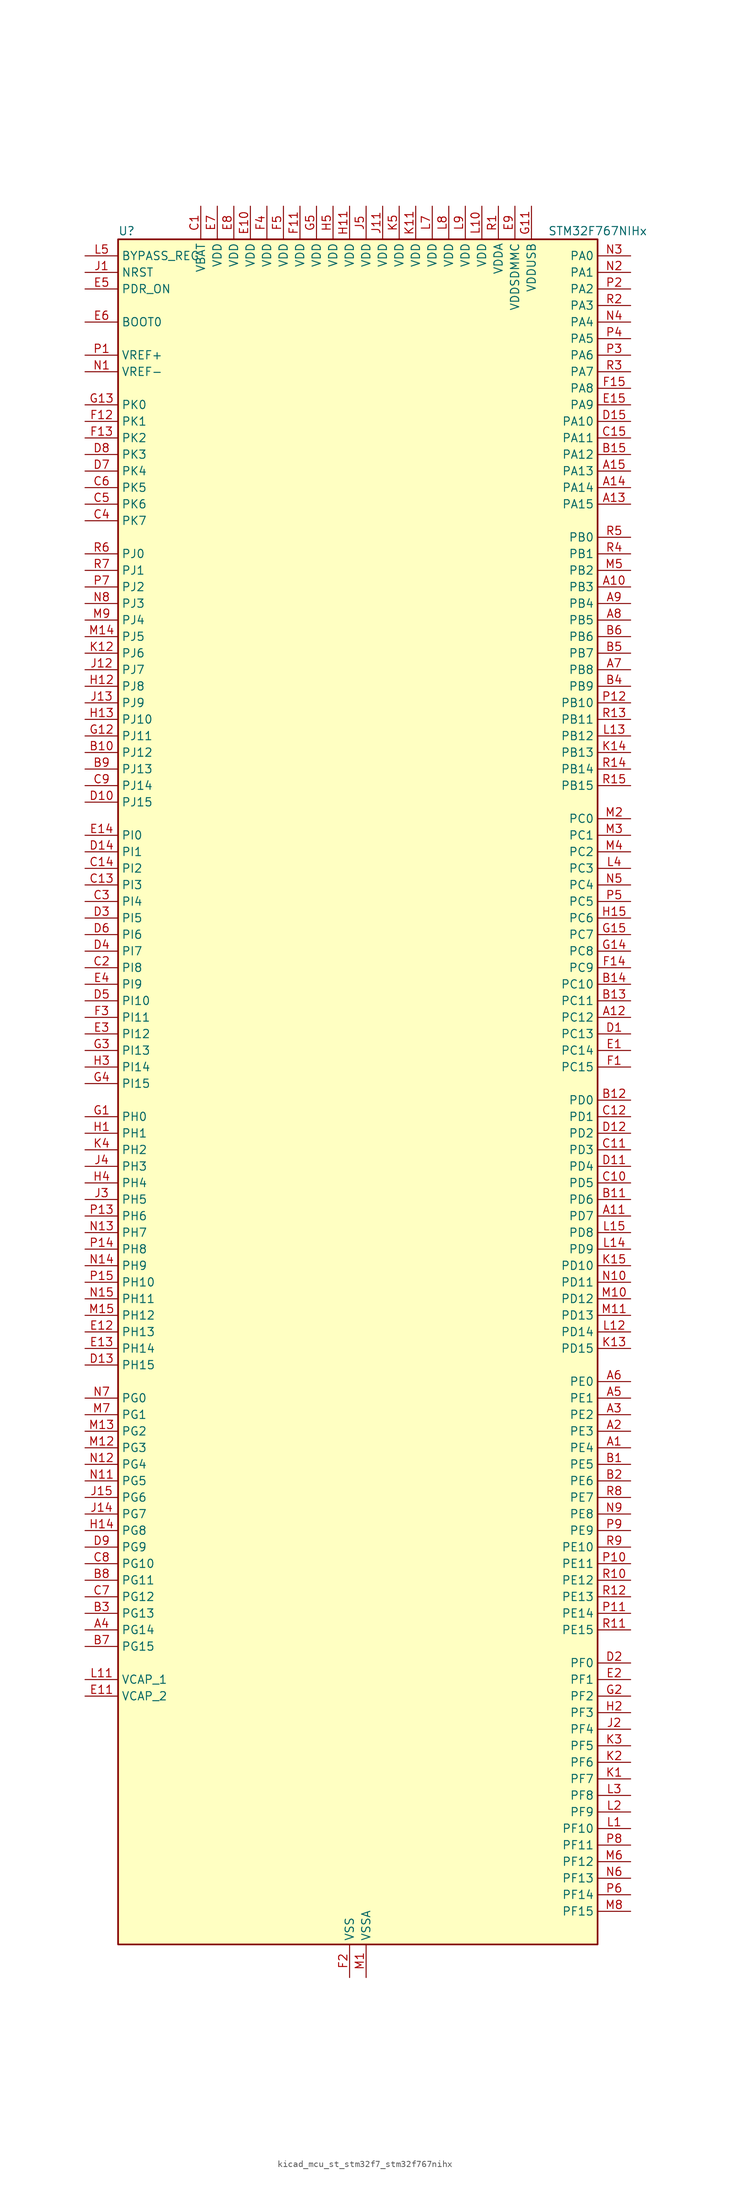
<source format=kicad_sym>
(kicad_symbol_lib
  (version 20220914)
  (generator kicad_symbol_editor)
  (symbol "kicad_mcu_st_stm32f7_stm32f767nihx"
    (property "Reference" "U"
      (at -35.56 133.35 0)
      (effects (font (size 1.27 1.27)) (justify left)))
    (property "Value" "STM32F767NIHx"
      (at 30.48 133.35 0)
      (effects (font (size 1.27 1.27)) (justify left)))
    (property "ki_locked" ""
      (at 0 0 0)
      (effects (font (size 1.27 1.27))))
    (symbol "kicad_mcu_st_stm32f7_stm32f767nihx_0_1"
      (rectangle (start -35.56 -129.54) (end 38.1 132.08) (stroke (width 0.254) (type default)) (fill (type background))))
    (symbol "kicad_mcu_st_stm32f7_stm32f767nihx_1_1"
      (pin bidirectional line (at 43.18 -53.34 180) (length 5.08) (name "PE4" (effects (font (size 1.27 1.27)))) (number "A1" (effects (font (size 1.27 1.27)))) (alternate "DCMI_D4" bidirectional line) (alternate "DFSDM1_DATIN3" bidirectional line) (alternate "FMC_A20" bidirectional line) (alternate "LTDC_B0" bidirectional line) (alternate "SAI1_FS_A" bidirectional line) (alternate "SPI4_NSS" bidirectional line) (alternate "SYS_TRACED1" bidirectional line))
      (pin bidirectional line (at 43.18 78.74 180) (length 5.08) (name "PB3" (effects (font (size 1.27 1.27)))) (number "A10" (effects (font (size 1.27 1.27)))) (alternate "CAN3_RX" bidirectional line) (alternate "I2S1_CK" bidirectional line) (alternate "I2S3_CK" bidirectional line) (alternate "SDMMC2_D2" bidirectional line) (alternate "SPI1_SCK" bidirectional line) (alternate "SPI3_SCK" bidirectional line) (alternate "SPI6_SCK" bidirectional line) (alternate "SYS_JTDO-SWO" bidirectional line) (alternate "TIM2_CH2" bidirectional line) (alternate "UART7_RX" bidirectional line))
      (pin bidirectional line (at 43.18 -17.78 180) (length 5.08) (name "PD7" (effects (font (size 1.27 1.27)))) (number "A11" (effects (font (size 1.27 1.27)))) (alternate "DFSDM1_CKIN1" bidirectional line) (alternate "DFSDM1_DATIN4" bidirectional line) (alternate "FMC_NE1" bidirectional line) (alternate "I2S1_SD" bidirectional line) (alternate "SDMMC2_CMD" bidirectional line) (alternate "SPDIFRX_IN0" bidirectional line) (alternate "SPI1_MOSI" bidirectional line) (alternate "USART2_CK" bidirectional line))
      (pin bidirectional line (at 43.18 12.7 180) (length 5.08) (name "PC12" (effects (font (size 1.27 1.27)))) (number "A12" (effects (font (size 1.27 1.27)))) (alternate "DCMI_D9" bidirectional line) (alternate "I2S3_SD" bidirectional line) (alternate "SDMMC1_CK" bidirectional line) (alternate "SPI3_MOSI" bidirectional line) (alternate "SYS_TRACED3" bidirectional line) (alternate "UART5_TX" bidirectional line) (alternate "USART3_CK" bidirectional line))
      (pin bidirectional line (at 43.18 91.44 180) (length 5.08) (name "PA15" (effects (font (size 1.27 1.27)))) (number "A13" (effects (font (size 1.27 1.27)))) (alternate "CAN3_TX" bidirectional line) (alternate "CEC" bidirectional line) (alternate "I2S1_WS" bidirectional line) (alternate "I2S3_WS" bidirectional line) (alternate "SPI1_NSS" bidirectional line) (alternate "SPI3_NSS" bidirectional line) (alternate "SPI6_NSS" bidirectional line) (alternate "SYS_JTDI" bidirectional line) (alternate "TIM2_CH1" bidirectional line) (alternate "TIM2_ETR" bidirectional line) (alternate "UART4_DE" bidirectional line) (alternate "UART4_RTS" bidirectional line) (alternate "UART7_TX" bidirectional line))
      (pin bidirectional line (at 43.18 93.98 180) (length 5.08) (name "PA14" (effects (font (size 1.27 1.27)))) (number "A14" (effects (font (size 1.27 1.27)))) (alternate "SYS_JTCK-SWCLK" bidirectional line))
      (pin bidirectional line (at 43.18 96.52 180) (length 5.08) (name "PA13" (effects (font (size 1.27 1.27)))) (number "A15" (effects (font (size 1.27 1.27)))) (alternate "SYS_JTMS-SWDIO" bidirectional line))
      (pin bidirectional line (at 43.18 -50.8 180) (length 5.08) (name "PE3" (effects (font (size 1.27 1.27)))) (number "A2" (effects (font (size 1.27 1.27)))) (alternate "FMC_A19" bidirectional line) (alternate "SAI1_SD_B" bidirectional line) (alternate "SYS_TRACED0" bidirectional line))
      (pin bidirectional line (at 43.18 -48.26 180) (length 5.08) (name "PE2" (effects (font (size 1.27 1.27)))) (number "A3" (effects (font (size 1.27 1.27)))) (alternate "ETH_TXD3" bidirectional line) (alternate "FMC_A23" bidirectional line) (alternate "QUADSPI_BK1_IO2" bidirectional line) (alternate "SAI1_MCLK_A" bidirectional line) (alternate "SPI4_SCK" bidirectional line) (alternate "SYS_TRACECLK" bidirectional line))
      (pin bidirectional line (at -40.64 -81.28 0) (length 5.08) (name "PG14" (effects (font (size 1.27 1.27)))) (number "A4" (effects (font (size 1.27 1.27)))) (alternate "ETH_TXD1" bidirectional line) (alternate "FMC_A25" bidirectional line) (alternate "LPTIM1_ETR" bidirectional line) (alternate "LTDC_B0" bidirectional line) (alternate "QUADSPI_BK2_IO3" bidirectional line) (alternate "SPI6_MOSI" bidirectional line) (alternate "SYS_TRACED1" bidirectional line) (alternate "USART6_TX" bidirectional line))
      (pin bidirectional line (at 43.18 -45.72 180) (length 5.08) (name "PE1" (effects (font (size 1.27 1.27)))) (number "A5" (effects (font (size 1.27 1.27)))) (alternate "DCMI_D3" bidirectional line) (alternate "FMC_NBL1" bidirectional line) (alternate "LPTIM1_IN2" bidirectional line) (alternate "UART8_TX" bidirectional line))
      (pin bidirectional line (at 43.18 -43.18 180) (length 5.08) (name "PE0" (effects (font (size 1.27 1.27)))) (number "A6" (effects (font (size 1.27 1.27)))) (alternate "DCMI_D2" bidirectional line) (alternate "FMC_NBL0" bidirectional line) (alternate "LPTIM1_ETR" bidirectional line) (alternate "SAI2_MCLK_A" bidirectional line) (alternate "TIM4_ETR" bidirectional line) (alternate "UART8_RX" bidirectional line))
      (pin bidirectional line (at 43.18 66.04 180) (length 5.08) (name "PB8" (effects (font (size 1.27 1.27)))) (number "A7" (effects (font (size 1.27 1.27)))) (alternate "CAN1_RX" bidirectional line) (alternate "DCMI_D6" bidirectional line) (alternate "DFSDM1_CKIN7" bidirectional line) (alternate "ETH_TXD3" bidirectional line) (alternate "I2C1_SCL" bidirectional line) (alternate "I2C4_SCL" bidirectional line) (alternate "LTDC_B6" bidirectional line) (alternate "SDMMC1_D4" bidirectional line) (alternate "SDMMC2_D4" bidirectional line) (alternate "TIM10_CH1" bidirectional line) (alternate "TIM4_CH3" bidirectional line) (alternate "UART5_RX" bidirectional line))
      (pin bidirectional line (at 43.18 73.66 180) (length 5.08) (name "PB5" (effects (font (size 1.27 1.27)))) (number "A8" (effects (font (size 1.27 1.27)))) (alternate "CAN2_RX" bidirectional line) (alternate "DCMI_D10" bidirectional line) (alternate "ETH_PPS_OUT" bidirectional line) (alternate "FMC_SDCKE1" bidirectional line) (alternate "I2C1_SMBA" bidirectional line) (alternate "I2S1_SD" bidirectional line) (alternate "I2S3_SD" bidirectional line) (alternate "LTDC_G7" bidirectional line) (alternate "SPI1_MOSI" bidirectional line) (alternate "SPI3_MOSI" bidirectional line) (alternate "SPI6_MOSI" bidirectional line) (alternate "TIM3_CH2" bidirectional line) (alternate "UART5_RX" bidirectional line) (alternate "USB_OTG_HS_ULPI_D7" bidirectional line))
      (pin bidirectional line (at 43.18 76.2 180) (length 5.08) (name "PB4" (effects (font (size 1.27 1.27)))) (number "A9" (effects (font (size 1.27 1.27)))) (alternate "CAN3_TX" bidirectional line) (alternate "I2S2_WS" bidirectional line) (alternate "SDMMC2_D3" bidirectional line) (alternate "SPI1_MISO" bidirectional line) (alternate "SPI2_NSS" bidirectional line) (alternate "SPI3_MISO" bidirectional line) (alternate "SPI6_MISO" bidirectional line) (alternate "SYS_JTRST" bidirectional line) (alternate "TIM3_CH1" bidirectional line) (alternate "UART7_TX" bidirectional line))
      (pin bidirectional line (at 43.18 -55.88 180) (length 5.08) (name "PE5" (effects (font (size 1.27 1.27)))) (number "B1" (effects (font (size 1.27 1.27)))) (alternate "DCMI_D6" bidirectional line) (alternate "DFSDM1_CKIN3" bidirectional line) (alternate "FMC_A21" bidirectional line) (alternate "LTDC_G0" bidirectional line) (alternate "SAI1_SCK_A" bidirectional line) (alternate "SPI4_MISO" bidirectional line) (alternate "SYS_TRACED2" bidirectional line) (alternate "TIM9_CH1" bidirectional line))
      (pin bidirectional line (at -40.64 53.34 0) (length 5.08) (name "PJ12" (effects (font (size 1.27 1.27)))) (number "B10" (effects (font (size 1.27 1.27)))) (alternate "LTDC_B0" bidirectional line) (alternate "LTDC_G3" bidirectional line))
      (pin bidirectional line (at 43.18 -15.24 180) (length 5.08) (name "PD6" (effects (font (size 1.27 1.27)))) (number "B11" (effects (font (size 1.27 1.27)))) (alternate "DCMI_D10" bidirectional line) (alternate "DFSDM1_CKIN4" bidirectional line) (alternate "DFSDM1_DATIN1" bidirectional line) (alternate "FMC_NWAIT" bidirectional line) (alternate "I2S3_SD" bidirectional line) (alternate "LTDC_B2" bidirectional line) (alternate "SAI1_SD_A" bidirectional line) (alternate "SDMMC2_CK" bidirectional line) (alternate "SPI3_MOSI" bidirectional line) (alternate "USART2_RX" bidirectional line))
      (pin bidirectional line (at 43.18 0 180) (length 5.08) (name "PD0" (effects (font (size 1.27 1.27)))) (number "B12" (effects (font (size 1.27 1.27)))) (alternate "CAN1_RX" bidirectional line) (alternate "DFSDM1_CKIN6" bidirectional line) (alternate "DFSDM1_DATIN7" bidirectional line) (alternate "FMC_D2" bidirectional line) (alternate "FMC_DA2" bidirectional line) (alternate "UART4_RX" bidirectional line))
      (pin bidirectional line (at 43.18 15.24 180) (length 5.08) (name "PC11" (effects (font (size 1.27 1.27)))) (number "B13" (effects (font (size 1.27 1.27)))) (alternate "ADC1_EXTI11" bidirectional line) (alternate "ADC2_EXTI11" bidirectional line) (alternate "ADC3_EXTI11" bidirectional line) (alternate "DCMI_D4" bidirectional line) (alternate "DFSDM1_DATIN5" bidirectional line) (alternate "QUADSPI_BK2_NCS" bidirectional line) (alternate "SDMMC1_D3" bidirectional line) (alternate "SPI3_MISO" bidirectional line) (alternate "UART4_RX" bidirectional line) (alternate "USART3_RX" bidirectional line))
      (pin bidirectional line (at 43.18 17.78 180) (length 5.08) (name "PC10" (effects (font (size 1.27 1.27)))) (number "B14" (effects (font (size 1.27 1.27)))) (alternate "DCMI_D8" bidirectional line) (alternate "DFSDM1_CKIN5" bidirectional line) (alternate "I2S3_CK" bidirectional line) (alternate "LTDC_R2" bidirectional line) (alternate "QUADSPI_BK1_IO1" bidirectional line) (alternate "SDMMC1_D2" bidirectional line) (alternate "SPI3_SCK" bidirectional line) (alternate "UART4_TX" bidirectional line) (alternate "USART3_TX" bidirectional line))
      (pin bidirectional line (at 43.18 99.06 180) (length 5.08) (name "PA12" (effects (font (size 1.27 1.27)))) (number "B15" (effects (font (size 1.27 1.27)))) (alternate "CAN1_TX" bidirectional line) (alternate "I2S2_CK" bidirectional line) (alternate "LTDC_R5" bidirectional line) (alternate "SAI2_FS_B" bidirectional line) (alternate "SPI2_SCK" bidirectional line) (alternate "TIM1_ETR" bidirectional line) (alternate "UART4_TX" bidirectional line) (alternate "USART1_DE" bidirectional line) (alternate "USART1_RTS" bidirectional line) (alternate "USB_OTG_FS_DP" bidirectional line))
      (pin bidirectional line (at 43.18 -58.42 180) (length 5.08) (name "PE6" (effects (font (size 1.27 1.27)))) (number "B2" (effects (font (size 1.27 1.27)))) (alternate "DCMI_D7" bidirectional line) (alternate "FMC_A22" bidirectional line) (alternate "LTDC_G1" bidirectional line) (alternate "SAI1_SD_A" bidirectional line) (alternate "SAI2_MCLK_B" bidirectional line) (alternate "SPI4_MOSI" bidirectional line) (alternate "SYS_TRACED3" bidirectional line) (alternate "TIM1_BKIN2" bidirectional line) (alternate "TIM9_CH2" bidirectional line))
      (pin bidirectional line (at -40.64 -78.74 0) (length 5.08) (name "PG13" (effects (font (size 1.27 1.27)))) (number "B3" (effects (font (size 1.27 1.27)))) (alternate "ETH_TXD0" bidirectional line) (alternate "FMC_A24" bidirectional line) (alternate "LPTIM1_OUT" bidirectional line) (alternate "LTDC_R0" bidirectional line) (alternate "SPI6_SCK" bidirectional line) (alternate "SYS_TRACED0" bidirectional line) (alternate "USART6_CTS" bidirectional line))
      (pin bidirectional line (at 43.18 63.5 180) (length 5.08) (name "PB9" (effects (font (size 1.27 1.27)))) (number "B4" (effects (font (size 1.27 1.27)))) (alternate "CAN1_TX" bidirectional line) (alternate "DAC_EXTI9" bidirectional line) (alternate "DCMI_D7" bidirectional line) (alternate "DFSDM1_DATIN7" bidirectional line) (alternate "I2C1_SDA" bidirectional line) (alternate "I2C4_SDA" bidirectional line) (alternate "I2C4_SMBA" bidirectional line) (alternate "I2S2_WS" bidirectional line) (alternate "LTDC_B7" bidirectional line) (alternate "SDMMC1_D5" bidirectional line) (alternate "SDMMC2_D5" bidirectional line) (alternate "SPI2_NSS" bidirectional line) (alternate "TIM11_CH1" bidirectional line) (alternate "TIM4_CH4" bidirectional line) (alternate "UART5_TX" bidirectional line))
      (pin bidirectional line (at 43.18 68.58 180) (length 5.08) (name "PB7" (effects (font (size 1.27 1.27)))) (number "B5" (effects (font (size 1.27 1.27)))) (alternate "DCMI_VSYNC" bidirectional line) (alternate "DFSDM1_CKIN5" bidirectional line) (alternate "FMC_NL" bidirectional line) (alternate "I2C1_SDA" bidirectional line) (alternate "I2C4_SDA" bidirectional line) (alternate "TIM4_CH2" bidirectional line) (alternate "USART1_RX" bidirectional line))
      (pin bidirectional line (at 43.18 71.12 180) (length 5.08) (name "PB6" (effects (font (size 1.27 1.27)))) (number "B6" (effects (font (size 1.27 1.27)))) (alternate "CAN2_TX" bidirectional line) (alternate "CEC" bidirectional line) (alternate "DCMI_D5" bidirectional line) (alternate "DFSDM1_DATIN5" bidirectional line) (alternate "FMC_SDNE1" bidirectional line) (alternate "I2C1_SCL" bidirectional line) (alternate "I2C4_SCL" bidirectional line) (alternate "QUADSPI_BK1_NCS" bidirectional line) (alternate "TIM4_CH1" bidirectional line) (alternate "UART5_TX" bidirectional line) (alternate "USART1_TX" bidirectional line))
      (pin bidirectional line (at -40.64 -83.82 0) (length 5.08) (name "PG15" (effects (font (size 1.27 1.27)))) (number "B7" (effects (font (size 1.27 1.27)))) (alternate "DCMI_D13" bidirectional line) (alternate "FMC_SDNCAS" bidirectional line) (alternate "USART6_CTS" bidirectional line))
      (pin bidirectional line (at -40.64 -73.66 0) (length 5.08) (name "PG11" (effects (font (size 1.27 1.27)))) (number "B8" (effects (font (size 1.27 1.27)))) (alternate "ADC1_EXTI11" bidirectional line) (alternate "ADC2_EXTI11" bidirectional line) (alternate "ADC3_EXTI11" bidirectional line) (alternate "DCMI_D3" bidirectional line) (alternate "ETH_TX_EN" bidirectional line) (alternate "I2S1_CK" bidirectional line) (alternate "LTDC_B3" bidirectional line) (alternate "SDMMC2_D2" bidirectional line) (alternate "SPDIFRX_IN0" bidirectional line) (alternate "SPI1_SCK" bidirectional line))
      (pin bidirectional line (at -40.64 50.8 0) (length 5.08) (name "PJ13" (effects (font (size 1.27 1.27)))) (number "B9" (effects (font (size 1.27 1.27)))) (alternate "LTDC_B1" bidirectional line) (alternate "LTDC_G4" bidirectional line))
      (pin power_in line (at -22.86 137.16 270) (length 5.08) (name "VBAT" (effects (font (size 1.27 1.27)))) (number "C1" (effects (font (size 1.27 1.27)))))
      (pin bidirectional line (at 43.18 -12.7 180) (length 5.08) (name "PD5" (effects (font (size 1.27 1.27)))) (number "C10" (effects (font (size 1.27 1.27)))) (alternate "FMC_NWE" bidirectional line) (alternate "USART2_TX" bidirectional line))
      (pin bidirectional line (at 43.18 -7.62 180) (length 5.08) (name "PD3" (effects (font (size 1.27 1.27)))) (number "C11" (effects (font (size 1.27 1.27)))) (alternate "DCMI_D5" bidirectional line) (alternate "DFSDM1_CKOUT" bidirectional line) (alternate "DFSDM1_DATIN0" bidirectional line) (alternate "FMC_CLK" bidirectional line) (alternate "I2S2_CK" bidirectional line) (alternate "LTDC_G7" bidirectional line) (alternate "SPI2_SCK" bidirectional line) (alternate "USART2_CTS" bidirectional line))
      (pin bidirectional line (at 43.18 -2.54 180) (length 5.08) (name "PD1" (effects (font (size 1.27 1.27)))) (number "C12" (effects (font (size 1.27 1.27)))) (alternate "CAN1_TX" bidirectional line) (alternate "DFSDM1_CKIN7" bidirectional line) (alternate "DFSDM1_DATIN6" bidirectional line) (alternate "FMC_D3" bidirectional line) (alternate "FMC_DA3" bidirectional line) (alternate "UART4_TX" bidirectional line))
      (pin bidirectional line (at -40.64 33.02 0) (length 5.08) (name "PI3" (effects (font (size 1.27 1.27)))) (number "C13" (effects (font (size 1.27 1.27)))) (alternate "DCMI_D10" bidirectional line) (alternate "FMC_D27" bidirectional line) (alternate "I2S2_SD" bidirectional line) (alternate "SPI2_MOSI" bidirectional line) (alternate "TIM8_ETR" bidirectional line))
      (pin bidirectional line (at -40.64 35.56 0) (length 5.08) (name "PI2" (effects (font (size 1.27 1.27)))) (number "C14" (effects (font (size 1.27 1.27)))) (alternate "DCMI_D9" bidirectional line) (alternate "FMC_D26" bidirectional line) (alternate "LTDC_G7" bidirectional line) (alternate "SPI2_MISO" bidirectional line) (alternate "TIM8_CH4" bidirectional line))
      (pin bidirectional line (at 43.18 101.6 180) (length 5.08) (name "PA11" (effects (font (size 1.27 1.27)))) (number "C15" (effects (font (size 1.27 1.27)))) (alternate "ADC1_EXTI11" bidirectional line) (alternate "ADC2_EXTI11" bidirectional line) (alternate "ADC3_EXTI11" bidirectional line) (alternate "CAN1_RX" bidirectional line) (alternate "I2S2_WS" bidirectional line) (alternate "LTDC_R4" bidirectional line) (alternate "SPI2_NSS" bidirectional line) (alternate "TIM1_CH4" bidirectional line) (alternate "UART4_RX" bidirectional line) (alternate "USART1_CTS" bidirectional line) (alternate "USB_OTG_FS_DM" bidirectional line))
      (pin bidirectional line (at -40.64 20.32 0) (length 5.08) (name "PI8" (effects (font (size 1.27 1.27)))) (number "C2" (effects (font (size 1.27 1.27)))) (alternate "RTC_TAMP2" bidirectional line) (alternate "RTC_TS" bidirectional line) (alternate "SYS_WKUP5" bidirectional line))
      (pin bidirectional line (at -40.64 30.48 0) (length 5.08) (name "PI4" (effects (font (size 1.27 1.27)))) (number "C3" (effects (font (size 1.27 1.27)))) (alternate "DCMI_D5" bidirectional line) (alternate "FMC_NBL2" bidirectional line) (alternate "LTDC_B4" bidirectional line) (alternate "SAI2_MCLK_A" bidirectional line) (alternate "TIM8_BKIN" bidirectional line))
      (pin bidirectional line (at -40.64 88.9 0) (length 5.08) (name "PK7" (effects (font (size 1.27 1.27)))) (number "C4" (effects (font (size 1.27 1.27)))) (alternate "LTDC_DE" bidirectional line))
      (pin bidirectional line (at -40.64 91.44 0) (length 5.08) (name "PK6" (effects (font (size 1.27 1.27)))) (number "C5" (effects (font (size 1.27 1.27)))) (alternate "LTDC_B7" bidirectional line))
      (pin bidirectional line (at -40.64 93.98 0) (length 5.08) (name "PK5" (effects (font (size 1.27 1.27)))) (number "C6" (effects (font (size 1.27 1.27)))) (alternate "LTDC_B6" bidirectional line))
      (pin bidirectional line (at -40.64 -76.2 0) (length 5.08) (name "PG12" (effects (font (size 1.27 1.27)))) (number "C7" (effects (font (size 1.27 1.27)))) (alternate "FMC_NE4" bidirectional line) (alternate "LPTIM1_IN1" bidirectional line) (alternate "LTDC_B1" bidirectional line) (alternate "LTDC_B4" bidirectional line) (alternate "SDMMC2_D3" bidirectional line) (alternate "SPDIFRX_IN1" bidirectional line) (alternate "SPI6_MISO" bidirectional line) (alternate "USART6_DE" bidirectional line) (alternate "USART6_RTS" bidirectional line))
      (pin bidirectional line (at -40.64 -71.12 0) (length 5.08) (name "PG10" (effects (font (size 1.27 1.27)))) (number "C8" (effects (font (size 1.27 1.27)))) (alternate "DCMI_D2" bidirectional line) (alternate "FMC_NE3" bidirectional line) (alternate "I2S1_WS" bidirectional line) (alternate "LTDC_B2" bidirectional line) (alternate "LTDC_G3" bidirectional line) (alternate "SAI2_SD_B" bidirectional line) (alternate "SDMMC2_D1" bidirectional line) (alternate "SPI1_NSS" bidirectional line))
      (pin bidirectional line (at -40.64 48.26 0) (length 5.08) (name "PJ14" (effects (font (size 1.27 1.27)))) (number "C9" (effects (font (size 1.27 1.27)))) (alternate "LTDC_B2" bidirectional line))
      (pin bidirectional line (at 43.18 10.16 180) (length 5.08) (name "PC13" (effects (font (size 1.27 1.27)))) (number "D1" (effects (font (size 1.27 1.27)))) (alternate "RTC_OUT" bidirectional line) (alternate "RTC_TAMP1" bidirectional line) (alternate "RTC_TS" bidirectional line) (alternate "SYS_WKUP4" bidirectional line))
      (pin bidirectional line (at -40.64 45.72 0) (length 5.08) (name "PJ15" (effects (font (size 1.27 1.27)))) (number "D10" (effects (font (size 1.27 1.27)))) (alternate "LTDC_B3" bidirectional line))
      (pin bidirectional line (at 43.18 -10.16 180) (length 5.08) (name "PD4" (effects (font (size 1.27 1.27)))) (number "D11" (effects (font (size 1.27 1.27)))) (alternate "DFSDM1_CKIN0" bidirectional line) (alternate "FMC_NOE" bidirectional line) (alternate "USART2_DE" bidirectional line) (alternate "USART2_RTS" bidirectional line))
      (pin bidirectional line (at 43.18 -5.08 180) (length 5.08) (name "PD2" (effects (font (size 1.27 1.27)))) (number "D12" (effects (font (size 1.27 1.27)))) (alternate "DCMI_D11" bidirectional line) (alternate "SDMMC1_CMD" bidirectional line) (alternate "SYS_TRACED2" bidirectional line) (alternate "TIM3_ETR" bidirectional line) (alternate "UART5_RX" bidirectional line))
      (pin bidirectional line (at -40.64 -40.64 0) (length 5.08) (name "PH15" (effects (font (size 1.27 1.27)))) (number "D13" (effects (font (size 1.27 1.27)))) (alternate "DCMI_D11" bidirectional line) (alternate "FMC_D23" bidirectional line) (alternate "LTDC_G4" bidirectional line) (alternate "TIM8_CH3N" bidirectional line))
      (pin bidirectional line (at -40.64 38.1 0) (length 5.08) (name "PI1" (effects (font (size 1.27 1.27)))) (number "D14" (effects (font (size 1.27 1.27)))) (alternate "DCMI_D8" bidirectional line) (alternate "FMC_D25" bidirectional line) (alternate "I2S2_CK" bidirectional line) (alternate "LTDC_G6" bidirectional line) (alternate "SPI2_SCK" bidirectional line) (alternate "TIM8_BKIN2" bidirectional line))
      (pin bidirectional line (at 43.18 104.14 180) (length 5.08) (name "PA10" (effects (font (size 1.27 1.27)))) (number "D15" (effects (font (size 1.27 1.27)))) (alternate "DCMI_D1" bidirectional line) (alternate "LTDC_B1" bidirectional line) (alternate "LTDC_B4" bidirectional line) (alternate "MDIOS_MDIO" bidirectional line) (alternate "TIM1_CH3" bidirectional line) (alternate "USART1_RX" bidirectional line) (alternate "USB_OTG_FS_ID" bidirectional line))
      (pin bidirectional line (at 43.18 -86.36 180) (length 5.08) (name "PF0" (effects (font (size 1.27 1.27)))) (number "D2" (effects (font (size 1.27 1.27)))) (alternate "FMC_A0" bidirectional line) (alternate "I2C2_SDA" bidirectional line))
      (pin bidirectional line (at -40.64 27.94 0) (length 5.08) (name "PI5" (effects (font (size 1.27 1.27)))) (number "D3" (effects (font (size 1.27 1.27)))) (alternate "DCMI_VSYNC" bidirectional line) (alternate "FMC_NBL3" bidirectional line) (alternate "LTDC_B5" bidirectional line) (alternate "SAI2_SCK_A" bidirectional line) (alternate "TIM8_CH1" bidirectional line))
      (pin bidirectional line (at -40.64 22.86 0) (length 5.08) (name "PI7" (effects (font (size 1.27 1.27)))) (number "D4" (effects (font (size 1.27 1.27)))) (alternate "DCMI_D7" bidirectional line) (alternate "FMC_D29" bidirectional line) (alternate "LTDC_B7" bidirectional line) (alternate "SAI2_FS_A" bidirectional line) (alternate "TIM8_CH3" bidirectional line))
      (pin bidirectional line (at -40.64 15.24 0) (length 5.08) (name "PI10" (effects (font (size 1.27 1.27)))) (number "D5" (effects (font (size 1.27 1.27)))) (alternate "ETH_RX_ER" bidirectional line) (alternate "FMC_D31" bidirectional line) (alternate "LTDC_HSYNC" bidirectional line))
      (pin bidirectional line (at -40.64 25.4 0) (length 5.08) (name "PI6" (effects (font (size 1.27 1.27)))) (number "D6" (effects (font (size 1.27 1.27)))) (alternate "DCMI_D6" bidirectional line) (alternate "FMC_D28" bidirectional line) (alternate "LTDC_B6" bidirectional line) (alternate "SAI2_SD_A" bidirectional line) (alternate "TIM8_CH2" bidirectional line))
      (pin bidirectional line (at -40.64 96.52 0) (length 5.08) (name "PK4" (effects (font (size 1.27 1.27)))) (number "D7" (effects (font (size 1.27 1.27)))) (alternate "LTDC_B5" bidirectional line))
      (pin bidirectional line (at -40.64 99.06 0) (length 5.08) (name "PK3" (effects (font (size 1.27 1.27)))) (number "D8" (effects (font (size 1.27 1.27)))) (alternate "LTDC_B4" bidirectional line))
      (pin bidirectional line (at -40.64 -68.58 0) (length 5.08) (name "PG9" (effects (font (size 1.27 1.27)))) (number "D9" (effects (font (size 1.27 1.27)))) (alternate "DAC_EXTI9" bidirectional line) (alternate "DCMI_VSYNC" bidirectional line) (alternate "FMC_NCE" bidirectional line) (alternate "FMC_NE2" bidirectional line) (alternate "QUADSPI_BK2_IO2" bidirectional line) (alternate "SAI2_FS_B" bidirectional line) (alternate "SDMMC2_D0" bidirectional line) (alternate "SPDIFRX_IN3" bidirectional line) (alternate "SPI1_MISO" bidirectional line) (alternate "USART6_RX" bidirectional line))
      (pin bidirectional line (at 43.18 7.62 180) (length 5.08) (name "PC14" (effects (font (size 1.27 1.27)))) (number "E1" (effects (font (size 1.27 1.27)))) (alternate "RCC_OSC32_IN" bidirectional line))
      (pin power_in line (at -15.24 137.16 270) (length 5.08) (name "VDD" (effects (font (size 1.27 1.27)))) (number "E10" (effects (font (size 1.27 1.27)))))
      (pin power_out line (at -40.64 -91.44 0) (length 5.08) (name "VCAP_2" (effects (font (size 1.27 1.27)))) (number "E11" (effects (font (size 1.27 1.27)))))
      (pin bidirectional line (at -40.64 -35.56 0) (length 5.08) (name "PH13" (effects (font (size 1.27 1.27)))) (number "E12" (effects (font (size 1.27 1.27)))) (alternate "CAN1_TX" bidirectional line) (alternate "FMC_D21" bidirectional line) (alternate "LTDC_G2" bidirectional line) (alternate "TIM8_CH1N" bidirectional line) (alternate "UART4_TX" bidirectional line))
      (pin bidirectional line (at -40.64 -38.1 0) (length 5.08) (name "PH14" (effects (font (size 1.27 1.27)))) (number "E13" (effects (font (size 1.27 1.27)))) (alternate "CAN1_RX" bidirectional line) (alternate "DCMI_D4" bidirectional line) (alternate "FMC_D22" bidirectional line) (alternate "LTDC_G3" bidirectional line) (alternate "TIM8_CH2N" bidirectional line) (alternate "UART4_RX" bidirectional line))
      (pin bidirectional line (at -40.64 40.64 0) (length 5.08) (name "PI0" (effects (font (size 1.27 1.27)))) (number "E14" (effects (font (size 1.27 1.27)))) (alternate "DCMI_D13" bidirectional line) (alternate "FMC_D24" bidirectional line) (alternate "I2S2_WS" bidirectional line) (alternate "LTDC_G5" bidirectional line) (alternate "SPI2_NSS" bidirectional line) (alternate "TIM5_CH4" bidirectional line))
      (pin bidirectional line (at 43.18 106.68 180) (length 5.08) (name "PA9" (effects (font (size 1.27 1.27)))) (number "E15" (effects (font (size 1.27 1.27)))) (alternate "DAC_EXTI9" bidirectional line) (alternate "DCMI_D0" bidirectional line) (alternate "I2C3_SMBA" bidirectional line) (alternate "I2S2_CK" bidirectional line) (alternate "LTDC_R5" bidirectional line) (alternate "SPI2_SCK" bidirectional line) (alternate "TIM1_CH2" bidirectional line) (alternate "USART1_TX" bidirectional line) (alternate "USB_OTG_FS_VBUS" bidirectional line))
      (pin bidirectional line (at 43.18 -88.9 180) (length 5.08) (name "PF1" (effects (font (size 1.27 1.27)))) (number "E2" (effects (font (size 1.27 1.27)))) (alternate "FMC_A1" bidirectional line) (alternate "I2C2_SCL" bidirectional line))
      (pin bidirectional line (at -40.64 10.16 0) (length 5.08) (name "PI12" (effects (font (size 1.27 1.27)))) (number "E3" (effects (font (size 1.27 1.27)))) (alternate "LTDC_HSYNC" bidirectional line))
      (pin bidirectional line (at -40.64 17.78 0) (length 5.08) (name "PI9" (effects (font (size 1.27 1.27)))) (number "E4" (effects (font (size 1.27 1.27)))) (alternate "CAN1_RX" bidirectional line) (alternate "DAC_EXTI9" bidirectional line) (alternate "FMC_D30" bidirectional line) (alternate "LTDC_VSYNC" bidirectional line) (alternate "UART4_RX" bidirectional line))
      (pin input line (at -40.64 124.46 0) (length 5.08) (name "PDR_ON" (effects (font (size 1.27 1.27)))) (number "E5" (effects (font (size 1.27 1.27)))))
      (pin input line (at -40.64 119.38 0) (length 5.08) (name "BOOT0" (effects (font (size 1.27 1.27)))) (number "E6" (effects (font (size 1.27 1.27)))))
      (pin power_in line (at -20.32 137.16 270) (length 5.08) (name "VDD" (effects (font (size 1.27 1.27)))) (number "E7" (effects (font (size 1.27 1.27)))))
      (pin power_in line (at -17.78 137.16 270) (length 5.08) (name "VDD" (effects (font (size 1.27 1.27)))) (number "E8" (effects (font (size 1.27 1.27)))))
      (pin power_in line (at 25.4 137.16 270) (length 5.08) (name "VDDSDMMC" (effects (font (size 1.27 1.27)))) (number "E9" (effects (font (size 1.27 1.27)))))
      (pin bidirectional line (at 43.18 5.08 180) (length 5.08) (name "PC15" (effects (font (size 1.27 1.27)))) (number "F1" (effects (font (size 1.27 1.27)))) (alternate "RCC_OSC32_OUT" bidirectional line))
      (pin passive line (at 0 -134.62 90) (length 5.08) hide (name "VSS" (effects (font (size 1.27 1.27)))) (number "F10" (effects (font (size 1.27 1.27)))))
      (pin power_in line (at -7.62 137.16 270) (length 5.08) (name "VDD" (effects (font (size 1.27 1.27)))) (number "F11" (effects (font (size 1.27 1.27)))))
      (pin bidirectional line (at -40.64 104.14 0) (length 5.08) (name "PK1" (effects (font (size 1.27 1.27)))) (number "F12" (effects (font (size 1.27 1.27)))) (alternate "LTDC_G6" bidirectional line))
      (pin bidirectional line (at -40.64 101.6 0) (length 5.08) (name "PK2" (effects (font (size 1.27 1.27)))) (number "F13" (effects (font (size 1.27 1.27)))) (alternate "LTDC_G7" bidirectional line))
      (pin bidirectional line (at 43.18 20.32 180) (length 5.08) (name "PC9" (effects (font (size 1.27 1.27)))) (number "F14" (effects (font (size 1.27 1.27)))) (alternate "DAC_EXTI9" bidirectional line) (alternate "DCMI_D3" bidirectional line) (alternate "I2C3_SDA" bidirectional line) (alternate "I2S_CKIN" bidirectional line) (alternate "LTDC_B2" bidirectional line) (alternate "LTDC_G3" bidirectional line) (alternate "QUADSPI_BK1_IO0" bidirectional line) (alternate "RCC_MCO_2" bidirectional line) (alternate "SDMMC1_D1" bidirectional line) (alternate "TIM3_CH4" bidirectional line) (alternate "TIM8_CH4" bidirectional line) (alternate "UART5_CTS" bidirectional line))
      (pin bidirectional line (at 43.18 109.22 180) (length 5.08) (name "PA8" (effects (font (size 1.27 1.27)))) (number "F15" (effects (font (size 1.27 1.27)))) (alternate "CAN3_RX" bidirectional line) (alternate "I2C3_SCL" bidirectional line) (alternate "LTDC_B3" bidirectional line) (alternate "LTDC_R6" bidirectional line) (alternate "RCC_MCO_1" bidirectional line) (alternate "TIM1_CH1" bidirectional line) (alternate "TIM8_BKIN2" bidirectional line) (alternate "UART7_RX" bidirectional line) (alternate "USART1_CK" bidirectional line) (alternate "USB_OTG_FS_SOF" bidirectional line))
      (pin power_in line (at 0 -134.62 90) (length 5.08) (name "VSS" (effects (font (size 1.27 1.27)))) (number "F2" (effects (font (size 1.27 1.27)))))
      (pin bidirectional line (at -40.64 12.7 0) (length 5.08) (name "PI11" (effects (font (size 1.27 1.27)))) (number "F3" (effects (font (size 1.27 1.27)))) (alternate "ADC1_EXTI11" bidirectional line) (alternate "ADC2_EXTI11" bidirectional line) (alternate "ADC3_EXTI11" bidirectional line) (alternate "LTDC_G6" bidirectional line) (alternate "SYS_WKUP6" bidirectional line) (alternate "USB_OTG_HS_ULPI_DIR" bidirectional line))
      (pin power_in line (at -12.7 137.16 270) (length 5.08) (name "VDD" (effects (font (size 1.27 1.27)))) (number "F4" (effects (font (size 1.27 1.27)))))
      (pin power_in line (at -10.16 137.16 270) (length 5.08) (name "VDD" (effects (font (size 1.27 1.27)))) (number "F5" (effects (font (size 1.27 1.27)))))
      (pin passive line (at 0 -134.62 90) (length 5.08) hide (name "VSS" (effects (font (size 1.27 1.27)))) (number "F6" (effects (font (size 1.27 1.27)))))
      (pin passive line (at 0 -134.62 90) (length 5.08) hide (name "VSS" (effects (font (size 1.27 1.27)))) (number "F7" (effects (font (size 1.27 1.27)))))
      (pin passive line (at 0 -134.62 90) (length 5.08) hide (name "VSS" (effects (font (size 1.27 1.27)))) (number "F8" (effects (font (size 1.27 1.27)))))
      (pin passive line (at 0 -134.62 90) (length 5.08) hide (name "VSS" (effects (font (size 1.27 1.27)))) (number "F9" (effects (font (size 1.27 1.27)))))
      (pin bidirectional line (at -40.64 -2.54 0) (length 5.08) (name "PH0" (effects (font (size 1.27 1.27)))) (number "G1" (effects (font (size 1.27 1.27)))) (alternate "RCC_OSC_IN" bidirectional line))
      (pin passive line (at 0 -134.62 90) (length 5.08) hide (name "VSS" (effects (font (size 1.27 1.27)))) (number "G10" (effects (font (size 1.27 1.27)))))
      (pin power_in line (at 27.94 137.16 270) (length 5.08) (name "VDDUSB" (effects (font (size 1.27 1.27)))) (number "G11" (effects (font (size 1.27 1.27)))))
      (pin bidirectional line (at -40.64 55.88 0) (length 5.08) (name "PJ11" (effects (font (size 1.27 1.27)))) (number "G12" (effects (font (size 1.27 1.27)))) (alternate "ADC1_EXTI11" bidirectional line) (alternate "ADC2_EXTI11" bidirectional line) (alternate "ADC3_EXTI11" bidirectional line) (alternate "LTDC_G4" bidirectional line))
      (pin bidirectional line (at -40.64 106.68 0) (length 5.08) (name "PK0" (effects (font (size 1.27 1.27)))) (number "G13" (effects (font (size 1.27 1.27)))) (alternate "LTDC_G5" bidirectional line))
      (pin bidirectional line (at 43.18 22.86 180) (length 5.08) (name "PC8" (effects (font (size 1.27 1.27)))) (number "G14" (effects (font (size 1.27 1.27)))) (alternate "DCMI_D2" bidirectional line) (alternate "FMC_NCE" bidirectional line) (alternate "FMC_NE2" bidirectional line) (alternate "SDMMC1_D0" bidirectional line) (alternate "SYS_TRACED1" bidirectional line) (alternate "TIM3_CH3" bidirectional line) (alternate "TIM8_CH3" bidirectional line) (alternate "UART5_DE" bidirectional line) (alternate "UART5_RTS" bidirectional line) (alternate "USART6_CK" bidirectional line))
      (pin bidirectional line (at 43.18 25.4 180) (length 5.08) (name "PC7" (effects (font (size 1.27 1.27)))) (number "G15" (effects (font (size 1.27 1.27)))) (alternate "DCMI_D1" bidirectional line) (alternate "DFSDM1_DATIN3" bidirectional line) (alternate "FMC_NE1" bidirectional line) (alternate "I2S3_MCK" bidirectional line) (alternate "LTDC_G6" bidirectional line) (alternate "SDMMC1_D7" bidirectional line) (alternate "SDMMC2_D7" bidirectional line) (alternate "TIM3_CH2" bidirectional line) (alternate "TIM8_CH2" bidirectional line) (alternate "USART6_RX" bidirectional line))
      (pin bidirectional line (at 43.18 -91.44 180) (length 5.08) (name "PF2" (effects (font (size 1.27 1.27)))) (number "G2" (effects (font (size 1.27 1.27)))) (alternate "FMC_A2" bidirectional line) (alternate "I2C2_SMBA" bidirectional line))
      (pin bidirectional line (at -40.64 7.62 0) (length 5.08) (name "PI13" (effects (font (size 1.27 1.27)))) (number "G3" (effects (font (size 1.27 1.27)))) (alternate "LTDC_VSYNC" bidirectional line))
      (pin bidirectional line (at -40.64 2.54 0) (length 5.08) (name "PI15" (effects (font (size 1.27 1.27)))) (number "G4" (effects (font (size 1.27 1.27)))) (alternate "LTDC_G2" bidirectional line) (alternate "LTDC_R0" bidirectional line))
      (pin power_in line (at -5.08 137.16 270) (length 5.08) (name "VDD" (effects (font (size 1.27 1.27)))) (number "G5" (effects (font (size 1.27 1.27)))))
      (pin passive line (at 0 -134.62 90) (length 5.08) hide (name "VSS" (effects (font (size 1.27 1.27)))) (number "G6" (effects (font (size 1.27 1.27)))))
      (pin bidirectional line (at -40.64 -5.08 0) (length 5.08) (name "PH1" (effects (font (size 1.27 1.27)))) (number "H1" (effects (font (size 1.27 1.27)))) (alternate "RCC_OSC_OUT" bidirectional line))
      (pin passive line (at 0 -134.62 90) (length 5.08) hide (name "VSS" (effects (font (size 1.27 1.27)))) (number "H10" (effects (font (size 1.27 1.27)))))
      (pin power_in line (at 0 137.16 270) (length 5.08) (name "VDD" (effects (font (size 1.27 1.27)))) (number "H11" (effects (font (size 1.27 1.27)))))
      (pin bidirectional line (at -40.64 63.5 0) (length 5.08) (name "PJ8" (effects (font (size 1.27 1.27)))) (number "H12" (effects (font (size 1.27 1.27)))) (alternate "LTDC_G1" bidirectional line))
      (pin bidirectional line (at -40.64 58.42 0) (length 5.08) (name "PJ10" (effects (font (size 1.27 1.27)))) (number "H13" (effects (font (size 1.27 1.27)))) (alternate "LTDC_G3" bidirectional line))
      (pin bidirectional line (at -40.64 -66.04 0) (length 5.08) (name "PG8" (effects (font (size 1.27 1.27)))) (number "H14" (effects (font (size 1.27 1.27)))) (alternate "ETH_PPS_OUT" bidirectional line) (alternate "FMC_SDCLK" bidirectional line) (alternate "LTDC_G7" bidirectional line) (alternate "SPDIFRX_IN2" bidirectional line) (alternate "SPI6_NSS" bidirectional line) (alternate "USART6_DE" bidirectional line) (alternate "USART6_RTS" bidirectional line))
      (pin bidirectional line (at 43.18 27.94 180) (length 5.08) (name "PC6" (effects (font (size 1.27 1.27)))) (number "H15" (effects (font (size 1.27 1.27)))) (alternate "DCMI_D0" bidirectional line) (alternate "DFSDM1_CKIN3" bidirectional line) (alternate "FMC_NWAIT" bidirectional line) (alternate "I2S2_MCK" bidirectional line) (alternate "LTDC_HSYNC" bidirectional line) (alternate "SDMMC1_D6" bidirectional line) (alternate "SDMMC2_D6" bidirectional line) (alternate "TIM3_CH1" bidirectional line) (alternate "TIM8_CH1" bidirectional line) (alternate "USART6_TX" bidirectional line))
      (pin bidirectional line (at 43.18 -93.98 180) (length 5.08) (name "PF3" (effects (font (size 1.27 1.27)))) (number "H2" (effects (font (size 1.27 1.27)))) (alternate "ADC3_IN9" bidirectional line) (alternate "FMC_A3" bidirectional line))
      (pin bidirectional line (at -40.64 5.08 0) (length 5.08) (name "PI14" (effects (font (size 1.27 1.27)))) (number "H3" (effects (font (size 1.27 1.27)))) (alternate "LTDC_CLK" bidirectional line))
      (pin bidirectional line (at -40.64 -12.7 0) (length 5.08) (name "PH4" (effects (font (size 1.27 1.27)))) (number "H4" (effects (font (size 1.27 1.27)))) (alternate "I2C2_SCL" bidirectional line) (alternate "LTDC_G4" bidirectional line) (alternate "LTDC_G5" bidirectional line) (alternate "USB_OTG_HS_ULPI_NXT" bidirectional line))
      (pin power_in line (at -2.54 137.16 270) (length 5.08) (name "VDD" (effects (font (size 1.27 1.27)))) (number "H5" (effects (font (size 1.27 1.27)))))
      (pin passive line (at 0 -134.62 90) (length 5.08) hide (name "VSS" (effects (font (size 1.27 1.27)))) (number "H6" (effects (font (size 1.27 1.27)))))
      (pin input line (at -40.64 127 0) (length 5.08) (name "NRST" (effects (font (size 1.27 1.27)))) (number "J1" (effects (font (size 1.27 1.27)))))
      (pin passive line (at 0 -134.62 90) (length 5.08) hide (name "VSS" (effects (font (size 1.27 1.27)))) (number "J10" (effects (font (size 1.27 1.27)))))
      (pin power_in line (at 5.08 137.16 270) (length 5.08) (name "VDD" (effects (font (size 1.27 1.27)))) (number "J11" (effects (font (size 1.27 1.27)))))
      (pin bidirectional line (at -40.64 66.04 0) (length 5.08) (name "PJ7" (effects (font (size 1.27 1.27)))) (number "J12" (effects (font (size 1.27 1.27)))) (alternate "LTDC_G0" bidirectional line))
      (pin bidirectional line (at -40.64 60.96 0) (length 5.08) (name "PJ9" (effects (font (size 1.27 1.27)))) (number "J13" (effects (font (size 1.27 1.27)))) (alternate "DAC_EXTI9" bidirectional line) (alternate "LTDC_G2" bidirectional line))
      (pin bidirectional line (at -40.64 -63.5 0) (length 5.08) (name "PG7" (effects (font (size 1.27 1.27)))) (number "J14" (effects (font (size 1.27 1.27)))) (alternate "DCMI_D13" bidirectional line) (alternate "FMC_INT" bidirectional line) (alternate "LTDC_CLK" bidirectional line) (alternate "SAI1_MCLK_A" bidirectional line) (alternate "USART6_CK" bidirectional line))
      (pin bidirectional line (at -40.64 -60.96 0) (length 5.08) (name "PG6" (effects (font (size 1.27 1.27)))) (number "J15" (effects (font (size 1.27 1.27)))) (alternate "DCMI_D12" bidirectional line) (alternate "FMC_NE3" bidirectional line) (alternate "LTDC_R7" bidirectional line))
      (pin bidirectional line (at 43.18 -96.52 180) (length 5.08) (name "PF4" (effects (font (size 1.27 1.27)))) (number "J2" (effects (font (size 1.27 1.27)))) (alternate "ADC3_IN14" bidirectional line) (alternate "FMC_A4" bidirectional line))
      (pin bidirectional line (at -40.64 -15.24 0) (length 5.08) (name "PH5" (effects (font (size 1.27 1.27)))) (number "J3" (effects (font (size 1.27 1.27)))) (alternate "FMC_SDNWE" bidirectional line) (alternate "I2C2_SDA" bidirectional line) (alternate "SPI5_NSS" bidirectional line))
      (pin bidirectional line (at -40.64 -10.16 0) (length 5.08) (name "PH3" (effects (font (size 1.27 1.27)))) (number "J4" (effects (font (size 1.27 1.27)))) (alternate "ETH_COL" bidirectional line) (alternate "FMC_SDNE0" bidirectional line) (alternate "LTDC_R1" bidirectional line) (alternate "QUADSPI_BK2_IO1" bidirectional line) (alternate "SAI2_MCLK_B" bidirectional line))
      (pin power_in line (at 2.54 137.16 270) (length 5.08) (name "VDD" (effects (font (size 1.27 1.27)))) (number "J5" (effects (font (size 1.27 1.27)))))
      (pin passive line (at 0 -134.62 90) (length 5.08) hide (name "VSS" (effects (font (size 1.27 1.27)))) (number "J6" (effects (font (size 1.27 1.27)))))
      (pin bidirectional line (at 43.18 -104.14 180) (length 5.08) (name "PF7" (effects (font (size 1.27 1.27)))) (number "K1" (effects (font (size 1.27 1.27)))) (alternate "ADC3_IN5" bidirectional line) (alternate "QUADSPI_BK1_IO2" bidirectional line) (alternate "SAI1_MCLK_B" bidirectional line) (alternate "SPI5_SCK" bidirectional line) (alternate "TIM11_CH1" bidirectional line) (alternate "UART7_TX" bidirectional line))
      (pin passive line (at 0 -134.62 90) (length 5.08) hide (name "VSS" (effects (font (size 1.27 1.27)))) (number "K10" (effects (font (size 1.27 1.27)))))
      (pin power_in line (at 10.16 137.16 270) (length 5.08) (name "VDD" (effects (font (size 1.27 1.27)))) (number "K11" (effects (font (size 1.27 1.27)))))
      (pin bidirectional line (at -40.64 68.58 0) (length 5.08) (name "PJ6" (effects (font (size 1.27 1.27)))) (number "K12" (effects (font (size 1.27 1.27)))) (alternate "LTDC_R7" bidirectional line))
      (pin bidirectional line (at 43.18 -38.1 180) (length 5.08) (name "PD15" (effects (font (size 1.27 1.27)))) (number "K13" (effects (font (size 1.27 1.27)))) (alternate "FMC_D1" bidirectional line) (alternate "FMC_DA1" bidirectional line) (alternate "TIM4_CH4" bidirectional line) (alternate "UART8_DE" bidirectional line) (alternate "UART8_RTS" bidirectional line))
      (pin bidirectional line (at 43.18 53.34 180) (length 5.08) (name "PB13" (effects (font (size 1.27 1.27)))) (number "K14" (effects (font (size 1.27 1.27)))) (alternate "CAN2_TX" bidirectional line) (alternate "DFSDM1_CKIN1" bidirectional line) (alternate "ETH_TXD1" bidirectional line) (alternate "I2S2_CK" bidirectional line) (alternate "SPI2_SCK" bidirectional line) (alternate "TIM1_CH1N" bidirectional line) (alternate "UART5_TX" bidirectional line) (alternate "USART3_CTS" bidirectional line) (alternate "USB_OTG_HS_ULPI_D6" bidirectional line) (alternate "USB_OTG_HS_VBUS" bidirectional line))
      (pin bidirectional line (at 43.18 -25.4 180) (length 5.08) (name "PD10" (effects (font (size 1.27 1.27)))) (number "K15" (effects (font (size 1.27 1.27)))) (alternate "DFSDM1_CKOUT" bidirectional line) (alternate "FMC_D15" bidirectional line) (alternate "FMC_DA15" bidirectional line) (alternate "LTDC_B3" bidirectional line) (alternate "USART3_CK" bidirectional line))
      (pin bidirectional line (at 43.18 -101.6 180) (length 5.08) (name "PF6" (effects (font (size 1.27 1.27)))) (number "K2" (effects (font (size 1.27 1.27)))) (alternate "ADC3_IN4" bidirectional line) (alternate "QUADSPI_BK1_IO3" bidirectional line) (alternate "SAI1_SD_B" bidirectional line) (alternate "SPI5_NSS" bidirectional line) (alternate "TIM10_CH1" bidirectional line) (alternate "UART7_RX" bidirectional line))
      (pin bidirectional line (at 43.18 -99.06 180) (length 5.08) (name "PF5" (effects (font (size 1.27 1.27)))) (number "K3" (effects (font (size 1.27 1.27)))) (alternate "ADC3_IN15" bidirectional line) (alternate "FMC_A5" bidirectional line))
      (pin bidirectional line (at -40.64 -7.62 0) (length 5.08) (name "PH2" (effects (font (size 1.27 1.27)))) (number "K4" (effects (font (size 1.27 1.27)))) (alternate "ETH_CRS" bidirectional line) (alternate "FMC_SDCKE0" bidirectional line) (alternate "LPTIM1_IN2" bidirectional line) (alternate "LTDC_R0" bidirectional line) (alternate "QUADSPI_BK2_IO0" bidirectional line) (alternate "SAI2_SCK_B" bidirectional line))
      (pin power_in line (at 7.62 137.16 270) (length 5.08) (name "VDD" (effects (font (size 1.27 1.27)))) (number "K5" (effects (font (size 1.27 1.27)))))
      (pin passive line (at 0 -134.62 90) (length 5.08) hide (name "VSS" (effects (font (size 1.27 1.27)))) (number "K6" (effects (font (size 1.27 1.27)))))
      (pin passive line (at 0 -134.62 90) (length 5.08) hide (name "VSS" (effects (font (size 1.27 1.27)))) (number "K7" (effects (font (size 1.27 1.27)))))
      (pin passive line (at 0 -134.62 90) (length 5.08) hide (name "VSS" (effects (font (size 1.27 1.27)))) (number "K8" (effects (font (size 1.27 1.27)))))
      (pin passive line (at 0 -134.62 90) (length 5.08) hide (name "VSS" (effects (font (size 1.27 1.27)))) (number "K9" (effects (font (size 1.27 1.27)))))
      (pin bidirectional line (at 43.18 -111.76 180) (length 5.08) (name "PF10" (effects (font (size 1.27 1.27)))) (number "L1" (effects (font (size 1.27 1.27)))) (alternate "ADC3_IN8" bidirectional line) (alternate "DCMI_D11" bidirectional line) (alternate "LTDC_DE" bidirectional line) (alternate "QUADSPI_CLK" bidirectional line))
      (pin power_in line (at 20.32 137.16 270) (length 5.08) (name "VDD" (effects (font (size 1.27 1.27)))) (number "L10" (effects (font (size 1.27 1.27)))))
      (pin power_out line (at -40.64 -88.9 0) (length 5.08) (name "VCAP_1" (effects (font (size 1.27 1.27)))) (number "L11" (effects (font (size 1.27 1.27)))))
      (pin bidirectional line (at 43.18 -35.56 180) (length 5.08) (name "PD14" (effects (font (size 1.27 1.27)))) (number "L12" (effects (font (size 1.27 1.27)))) (alternate "FMC_D0" bidirectional line) (alternate "FMC_DA0" bidirectional line) (alternate "TIM4_CH3" bidirectional line) (alternate "UART8_CTS" bidirectional line))
      (pin bidirectional line (at 43.18 55.88 180) (length 5.08) (name "PB12" (effects (font (size 1.27 1.27)))) (number "L13" (effects (font (size 1.27 1.27)))) (alternate "CAN2_RX" bidirectional line) (alternate "DFSDM1_DATIN1" bidirectional line) (alternate "ETH_TXD0" bidirectional line) (alternate "I2C2_SMBA" bidirectional line) (alternate "I2S2_WS" bidirectional line) (alternate "SPI2_NSS" bidirectional line) (alternate "TIM1_BKIN" bidirectional line) (alternate "UART5_RX" bidirectional line) (alternate "USART3_CK" bidirectional line) (alternate "USB_OTG_HS_ID" bidirectional line) (alternate "USB_OTG_HS_ULPI_D5" bidirectional line))
      (pin bidirectional line (at 43.18 -22.86 180) (length 5.08) (name "PD9" (effects (font (size 1.27 1.27)))) (number "L14" (effects (font (size 1.27 1.27)))) (alternate "DAC_EXTI9" bidirectional line) (alternate "DFSDM1_DATIN3" bidirectional line) (alternate "FMC_D14" bidirectional line) (alternate "FMC_DA14" bidirectional line) (alternate "USART3_RX" bidirectional line))
      (pin bidirectional line (at 43.18 -20.32 180) (length 5.08) (name "PD8" (effects (font (size 1.27 1.27)))) (number "L15" (effects (font (size 1.27 1.27)))) (alternate "DFSDM1_CKIN3" bidirectional line) (alternate "FMC_D13" bidirectional line) (alternate "FMC_DA13" bidirectional line) (alternate "SPDIFRX_IN1" bidirectional line) (alternate "USART3_TX" bidirectional line))
      (pin bidirectional line (at 43.18 -109.22 180) (length 5.08) (name "PF9" (effects (font (size 1.27 1.27)))) (number "L2" (effects (font (size 1.27 1.27)))) (alternate "ADC3_IN7" bidirectional line) (alternate "DAC_EXTI9" bidirectional line) (alternate "QUADSPI_BK1_IO1" bidirectional line) (alternate "SAI1_FS_B" bidirectional line) (alternate "SPI5_MOSI" bidirectional line) (alternate "TIM14_CH1" bidirectional line) (alternate "UART7_CTS" bidirectional line))
      (pin bidirectional line (at 43.18 -106.68 180) (length 5.08) (name "PF8" (effects (font (size 1.27 1.27)))) (number "L3" (effects (font (size 1.27 1.27)))) (alternate "ADC3_IN6" bidirectional line) (alternate "QUADSPI_BK1_IO0" bidirectional line) (alternate "SAI1_SCK_B" bidirectional line) (alternate "SPI5_MISO" bidirectional line) (alternate "TIM13_CH1" bidirectional line) (alternate "UART7_DE" bidirectional line) (alternate "UART7_RTS" bidirectional line))
      (pin bidirectional line (at 43.18 35.56 180) (length 5.08) (name "PC3" (effects (font (size 1.27 1.27)))) (number "L4" (effects (font (size 1.27 1.27)))) (alternate "ADC1_IN13" bidirectional line) (alternate "ADC2_IN13" bidirectional line) (alternate "ADC3_IN13" bidirectional line) (alternate "DFSDM1_DATIN1" bidirectional line) (alternate "ETH_TX_CLK" bidirectional line) (alternate "FMC_SDCKE0" bidirectional line) (alternate "I2S2_SD" bidirectional line) (alternate "SPI2_MOSI" bidirectional line) (alternate "USB_OTG_HS_ULPI_NXT" bidirectional line))
      (pin input line (at -40.64 129.54 0) (length 5.08) (name "BYPASS_REG" (effects (font (size 1.27 1.27)))) (number "L5" (effects (font (size 1.27 1.27)))))
      (pin passive line (at 0 -134.62 90) (length 5.08) hide (name "VSS" (effects (font (size 1.27 1.27)))) (number "L6" (effects (font (size 1.27 1.27)))))
      (pin power_in line (at 12.7 137.16 270) (length 5.08) (name "VDD" (effects (font (size 1.27 1.27)))) (number "L7" (effects (font (size 1.27 1.27)))))
      (pin power_in line (at 15.24 137.16 270) (length 5.08) (name "VDD" (effects (font (size 1.27 1.27)))) (number "L8" (effects (font (size 1.27 1.27)))))
      (pin power_in line (at 17.78 137.16 270) (length 5.08) (name "VDD" (effects (font (size 1.27 1.27)))) (number "L9" (effects (font (size 1.27 1.27)))))
      (pin power_in line (at 2.54 -134.62 90) (length 5.08) (name "VSSA" (effects (font (size 1.27 1.27)))) (number "M1" (effects (font (size 1.27 1.27)))))
      (pin bidirectional line (at 43.18 -30.48 180) (length 5.08) (name "PD12" (effects (font (size 1.27 1.27)))) (number "M10" (effects (font (size 1.27 1.27)))) (alternate "FMC_A17" bidirectional line) (alternate "FMC_ALE" bidirectional line) (alternate "I2C4_SCL" bidirectional line) (alternate "LPTIM1_IN1" bidirectional line) (alternate "QUADSPI_BK1_IO1" bidirectional line) (alternate "SAI2_FS_A" bidirectional line) (alternate "TIM4_CH1" bidirectional line) (alternate "USART3_DE" bidirectional line) (alternate "USART3_RTS" bidirectional line))
      (pin bidirectional line (at 43.18 -33.02 180) (length 5.08) (name "PD13" (effects (font (size 1.27 1.27)))) (number "M11" (effects (font (size 1.27 1.27)))) (alternate "FMC_A18" bidirectional line) (alternate "I2C4_SDA" bidirectional line) (alternate "LPTIM1_OUT" bidirectional line) (alternate "QUADSPI_BK1_IO3" bidirectional line) (alternate "SAI2_SCK_A" bidirectional line) (alternate "TIM4_CH2" bidirectional line))
      (pin bidirectional line (at -40.64 -53.34 0) (length 5.08) (name "PG3" (effects (font (size 1.27 1.27)))) (number "M12" (effects (font (size 1.27 1.27)))) (alternate "FMC_A13" bidirectional line))
      (pin bidirectional line (at -40.64 -50.8 0) (length 5.08) (name "PG2" (effects (font (size 1.27 1.27)))) (number "M13" (effects (font (size 1.27 1.27)))) (alternate "FMC_A12" bidirectional line))
      (pin bidirectional line (at -40.64 71.12 0) (length 5.08) (name "PJ5" (effects (font (size 1.27 1.27)))) (number "M14" (effects (font (size 1.27 1.27)))) (alternate "LTDC_R6" bidirectional line))
      (pin bidirectional line (at -40.64 -33.02 0) (length 5.08) (name "PH12" (effects (font (size 1.27 1.27)))) (number "M15" (effects (font (size 1.27 1.27)))) (alternate "DCMI_D3" bidirectional line) (alternate "FMC_D20" bidirectional line) (alternate "I2C4_SDA" bidirectional line) (alternate "LTDC_R6" bidirectional line) (alternate "TIM5_CH3" bidirectional line))
      (pin bidirectional line (at 43.18 43.18 180) (length 5.08) (name "PC0" (effects (font (size 1.27 1.27)))) (number "M2" (effects (font (size 1.27 1.27)))) (alternate "ADC1_IN10" bidirectional line) (alternate "ADC2_IN10" bidirectional line) (alternate "ADC3_IN10" bidirectional line) (alternate "DFSDM1_CKIN0" bidirectional line) (alternate "DFSDM1_DATIN4" bidirectional line) (alternate "FMC_SDNWE" bidirectional line) (alternate "LTDC_R5" bidirectional line) (alternate "SAI2_FS_B" bidirectional line) (alternate "USB_OTG_HS_ULPI_STP" bidirectional line))
      (pin bidirectional line (at 43.18 40.64 180) (length 5.08) (name "PC1" (effects (font (size 1.27 1.27)))) (number "M3" (effects (font (size 1.27 1.27)))) (alternate "ADC1_IN11" bidirectional line) (alternate "ADC2_IN11" bidirectional line) (alternate "ADC3_IN11" bidirectional line) (alternate "DFSDM1_CKIN4" bidirectional line) (alternate "DFSDM1_DATIN0" bidirectional line) (alternate "ETH_MDC" bidirectional line) (alternate "I2S2_SD" bidirectional line) (alternate "MDIOS_MDC" bidirectional line) (alternate "RTC_TAMP3" bidirectional line) (alternate "RTC_TS" bidirectional line) (alternate "SAI1_SD_A" bidirectional line) (alternate "SPI2_MOSI" bidirectional line) (alternate "SYS_TRACED0" bidirectional line) (alternate "SYS_WKUP3" bidirectional line))
      (pin bidirectional line (at 43.18 38.1 180) (length 5.08) (name "PC2" (effects (font (size 1.27 1.27)))) (number "M4" (effects (font (size 1.27 1.27)))) (alternate "ADC1_IN12" bidirectional line) (alternate "ADC2_IN12" bidirectional line) (alternate "ADC3_IN12" bidirectional line) (alternate "DFSDM1_CKIN1" bidirectional line) (alternate "DFSDM1_CKOUT" bidirectional line) (alternate "ETH_TXD2" bidirectional line) (alternate "FMC_SDNE0" bidirectional line) (alternate "SPI2_MISO" bidirectional line) (alternate "USB_OTG_HS_ULPI_DIR" bidirectional line))
      (pin bidirectional line (at 43.18 81.28 180) (length 5.08) (name "PB2" (effects (font (size 1.27 1.27)))) (number "M5" (effects (font (size 1.27 1.27)))) (alternate "DFSDM1_CKIN1" bidirectional line) (alternate "I2S3_SD" bidirectional line) (alternate "QUADSPI_CLK" bidirectional line) (alternate "SAI1_SD_A" bidirectional line) (alternate "SPI3_MOSI" bidirectional line))
      (pin bidirectional line (at 43.18 -116.84 180) (length 5.08) (name "PF12" (effects (font (size 1.27 1.27)))) (number "M6" (effects (font (size 1.27 1.27)))) (alternate "FMC_A6" bidirectional line))
      (pin bidirectional line (at -40.64 -48.26 0) (length 5.08) (name "PG1" (effects (font (size 1.27 1.27)))) (number "M7" (effects (font (size 1.27 1.27)))) (alternate "FMC_A11" bidirectional line))
      (pin bidirectional line (at 43.18 -124.46 180) (length 5.08) (name "PF15" (effects (font (size 1.27 1.27)))) (number "M8" (effects (font (size 1.27 1.27)))) (alternate "FMC_A9" bidirectional line) (alternate "I2C4_SDA" bidirectional line))
      (pin bidirectional line (at -40.64 73.66 0) (length 5.08) (name "PJ4" (effects (font (size 1.27 1.27)))) (number "M9" (effects (font (size 1.27 1.27)))) (alternate "LTDC_R5" bidirectional line))
      (pin input line (at -40.64 111.76 0) (length 5.08) (name "VREF-" (effects (font (size 1.27 1.27)))) (number "N1" (effects (font (size 1.27 1.27)))))
      (pin bidirectional line (at 43.18 -27.94 180) (length 5.08) (name "PD11" (effects (font (size 1.27 1.27)))) (number "N10" (effects (font (size 1.27 1.27)))) (alternate "ADC1_EXTI11" bidirectional line) (alternate "ADC2_EXTI11" bidirectional line) (alternate "ADC3_EXTI11" bidirectional line) (alternate "FMC_A16" bidirectional line) (alternate "FMC_CLE" bidirectional line) (alternate "I2C4_SMBA" bidirectional line) (alternate "QUADSPI_BK1_IO0" bidirectional line) (alternate "SAI2_SD_A" bidirectional line) (alternate "USART3_CTS" bidirectional line))
      (pin bidirectional line (at -40.64 -58.42 0) (length 5.08) (name "PG5" (effects (font (size 1.27 1.27)))) (number "N11" (effects (font (size 1.27 1.27)))) (alternate "FMC_A15" bidirectional line) (alternate "FMC_BA1" bidirectional line))
      (pin bidirectional line (at -40.64 -55.88 0) (length 5.08) (name "PG4" (effects (font (size 1.27 1.27)))) (number "N12" (effects (font (size 1.27 1.27)))) (alternate "FMC_A14" bidirectional line) (alternate "FMC_BA0" bidirectional line))
      (pin bidirectional line (at -40.64 -20.32 0) (length 5.08) (name "PH7" (effects (font (size 1.27 1.27)))) (number "N13" (effects (font (size 1.27 1.27)))) (alternate "DCMI_D9" bidirectional line) (alternate "ETH_RXD3" bidirectional line) (alternate "FMC_SDCKE1" bidirectional line) (alternate "I2C3_SCL" bidirectional line) (alternate "SPI5_MISO" bidirectional line))
      (pin bidirectional line (at -40.64 -25.4 0) (length 5.08) (name "PH9" (effects (font (size 1.27 1.27)))) (number "N14" (effects (font (size 1.27 1.27)))) (alternate "DAC_EXTI9" bidirectional line) (alternate "DCMI_D0" bidirectional line) (alternate "FMC_D17" bidirectional line) (alternate "I2C3_SMBA" bidirectional line) (alternate "LTDC_R3" bidirectional line) (alternate "TIM12_CH2" bidirectional line))
      (pin bidirectional line (at -40.64 -30.48 0) (length 5.08) (name "PH11" (effects (font (size 1.27 1.27)))) (number "N15" (effects (font (size 1.27 1.27)))) (alternate "ADC1_EXTI11" bidirectional line) (alternate "ADC2_EXTI11" bidirectional line) (alternate "ADC3_EXTI11" bidirectional line) (alternate "DCMI_D2" bidirectional line) (alternate "FMC_D19" bidirectional line) (alternate "I2C4_SCL" bidirectional line) (alternate "LTDC_R5" bidirectional line) (alternate "TIM5_CH2" bidirectional line))
      (pin bidirectional line (at 43.18 127 180) (length 5.08) (name "PA1" (effects (font (size 1.27 1.27)))) (number "N2" (effects (font (size 1.27 1.27)))) (alternate "ADC1_IN1" bidirectional line) (alternate "ADC2_IN1" bidirectional line) (alternate "ADC3_IN1" bidirectional line) (alternate "ETH_REF_CLK" bidirectional line) (alternate "ETH_RX_CLK" bidirectional line) (alternate "LTDC_R2" bidirectional line) (alternate "QUADSPI_BK1_IO3" bidirectional line) (alternate "SAI2_MCLK_B" bidirectional line) (alternate "TIM2_CH2" bidirectional line) (alternate "TIM5_CH2" bidirectional line) (alternate "UART4_RX" bidirectional line) (alternate "USART2_DE" bidirectional line) (alternate "USART2_RTS" bidirectional line))
      (pin bidirectional line (at 43.18 129.54 180) (length 5.08) (name "PA0" (effects (font (size 1.27 1.27)))) (number "N3" (effects (font (size 1.27 1.27)))) (alternate "ADC1_IN0" bidirectional line) (alternate "ADC2_IN0" bidirectional line) (alternate "ADC3_IN0" bidirectional line) (alternate "ETH_CRS" bidirectional line) (alternate "SAI2_SD_B" bidirectional line) (alternate "SYS_WKUP1" bidirectional line) (alternate "TIM2_CH1" bidirectional line) (alternate "TIM2_ETR" bidirectional line) (alternate "TIM5_CH1" bidirectional line) (alternate "TIM8_ETR" bidirectional line) (alternate "UART4_TX" bidirectional line) (alternate "USART2_CTS" bidirectional line))
      (pin bidirectional line (at 43.18 119.38 180) (length 5.08) (name "PA4" (effects (font (size 1.27 1.27)))) (number "N4" (effects (font (size 1.27 1.27)))) (alternate "ADC1_IN4" bidirectional line) (alternate "ADC2_IN4" bidirectional line) (alternate "DAC_OUT1" bidirectional line) (alternate "DCMI_HSYNC" bidirectional line) (alternate "I2S1_WS" bidirectional line) (alternate "I2S3_WS" bidirectional line) (alternate "LTDC_VSYNC" bidirectional line) (alternate "SPI1_NSS" bidirectional line) (alternate "SPI3_NSS" bidirectional line) (alternate "SPI6_NSS" bidirectional line) (alternate "USART2_CK" bidirectional line) (alternate "USB_OTG_HS_SOF" bidirectional line))
      (pin bidirectional line (at 43.18 33.02 180) (length 5.08) (name "PC4" (effects (font (size 1.27 1.27)))) (number "N5" (effects (font (size 1.27 1.27)))) (alternate "ADC1_IN14" bidirectional line) (alternate "ADC2_IN14" bidirectional line) (alternate "DFSDM1_CKIN2" bidirectional line) (alternate "ETH_RXD0" bidirectional line) (alternate "FMC_SDNE0" bidirectional line) (alternate "I2S1_MCK" bidirectional line) (alternate "SPDIFRX_IN2" bidirectional line))
      (pin bidirectional line (at 43.18 -119.38 180) (length 5.08) (name "PF13" (effects (font (size 1.27 1.27)))) (number "N6" (effects (font (size 1.27 1.27)))) (alternate "DFSDM1_DATIN6" bidirectional line) (alternate "FMC_A7" bidirectional line) (alternate "I2C4_SMBA" bidirectional line))
      (pin bidirectional line (at -40.64 -45.72 0) (length 5.08) (name "PG0" (effects (font (size 1.27 1.27)))) (number "N7" (effects (font (size 1.27 1.27)))) (alternate "FMC_A10" bidirectional line))
      (pin bidirectional line (at -40.64 76.2 0) (length 5.08) (name "PJ3" (effects (font (size 1.27 1.27)))) (number "N8" (effects (font (size 1.27 1.27)))) (alternate "LTDC_R4" bidirectional line))
      (pin bidirectional line (at 43.18 -63.5 180) (length 5.08) (name "PE8" (effects (font (size 1.27 1.27)))) (number "N9" (effects (font (size 1.27 1.27)))) (alternate "DFSDM1_CKIN2" bidirectional line) (alternate "FMC_D5" bidirectional line) (alternate "FMC_DA5" bidirectional line) (alternate "QUADSPI_BK2_IO1" bidirectional line) (alternate "TIM1_CH1N" bidirectional line) (alternate "UART7_TX" bidirectional line))
      (pin input line (at -40.64 114.3 0) (length 5.08) (name "VREF+" (effects (font (size 1.27 1.27)))) (number "P1" (effects (font (size 1.27 1.27)))))
      (pin bidirectional line (at 43.18 -71.12 180) (length 5.08) (name "PE11" (effects (font (size 1.27 1.27)))) (number "P10" (effects (font (size 1.27 1.27)))) (alternate "ADC1_EXTI11" bidirectional line) (alternate "ADC2_EXTI11" bidirectional line) (alternate "ADC3_EXTI11" bidirectional line) (alternate "DFSDM1_CKIN4" bidirectional line) (alternate "FMC_D8" bidirectional line) (alternate "FMC_DA8" bidirectional line) (alternate "LTDC_G3" bidirectional line) (alternate "SAI2_SD_B" bidirectional line) (alternate "SPI4_NSS" bidirectional line) (alternate "TIM1_CH2" bidirectional line))
      (pin bidirectional line (at 43.18 -78.74 180) (length 5.08) (name "PE14" (effects (font (size 1.27 1.27)))) (number "P11" (effects (font (size 1.27 1.27)))) (alternate "FMC_D11" bidirectional line) (alternate "FMC_DA11" bidirectional line) (alternate "LTDC_CLK" bidirectional line) (alternate "SAI2_MCLK_B" bidirectional line) (alternate "SPI4_MOSI" bidirectional line) (alternate "TIM1_CH4" bidirectional line))
      (pin bidirectional line (at 43.18 60.96 180) (length 5.08) (name "PB10" (effects (font (size 1.27 1.27)))) (number "P12" (effects (font (size 1.27 1.27)))) (alternate "DFSDM1_DATIN7" bidirectional line) (alternate "ETH_RX_ER" bidirectional line) (alternate "I2C2_SCL" bidirectional line) (alternate "I2S2_CK" bidirectional line) (alternate "LTDC_G4" bidirectional line) (alternate "QUADSPI_BK1_NCS" bidirectional line) (alternate "SPI2_SCK" bidirectional line) (alternate "TIM2_CH3" bidirectional line) (alternate "USART3_TX" bidirectional line) (alternate "USB_OTG_HS_ULPI_D3" bidirectional line))
      (pin bidirectional line (at -40.64 -17.78 0) (length 5.08) (name "PH6" (effects (font (size 1.27 1.27)))) (number "P13" (effects (font (size 1.27 1.27)))) (alternate "DCMI_D8" bidirectional line) (alternate "ETH_RXD2" bidirectional line) (alternate "FMC_SDNE1" bidirectional line) (alternate "I2C2_SMBA" bidirectional line) (alternate "SPI5_SCK" bidirectional line) (alternate "TIM12_CH1" bidirectional line))
      (pin bidirectional line (at -40.64 -22.86 0) (length 5.08) (name "PH8" (effects (font (size 1.27 1.27)))) (number "P14" (effects (font (size 1.27 1.27)))) (alternate "DCMI_HSYNC" bidirectional line) (alternate "FMC_D16" bidirectional line) (alternate "I2C3_SDA" bidirectional line) (alternate "LTDC_R2" bidirectional line))
      (pin bidirectional line (at -40.64 -27.94 0) (length 5.08) (name "PH10" (effects (font (size 1.27 1.27)))) (number "P15" (effects (font (size 1.27 1.27)))) (alternate "DCMI_D1" bidirectional line) (alternate "FMC_D18" bidirectional line) (alternate "I2C4_SMBA" bidirectional line) (alternate "LTDC_R4" bidirectional line) (alternate "TIM5_CH1" bidirectional line))
      (pin bidirectional line (at 43.18 124.46 180) (length 5.08) (name "PA2" (effects (font (size 1.27 1.27)))) (number "P2" (effects (font (size 1.27 1.27)))) (alternate "ADC1_IN2" bidirectional line) (alternate "ADC2_IN2" bidirectional line) (alternate "ADC3_IN2" bidirectional line) (alternate "ETH_MDIO" bidirectional line) (alternate "LTDC_R1" bidirectional line) (alternate "MDIOS_MDIO" bidirectional line) (alternate "SAI2_SCK_B" bidirectional line) (alternate "SYS_WKUP2" bidirectional line) (alternate "TIM2_CH3" bidirectional line) (alternate "TIM5_CH3" bidirectional line) (alternate "TIM9_CH1" bidirectional line) (alternate "USART2_TX" bidirectional line))
      (pin bidirectional line (at 43.18 114.3 180) (length 5.08) (name "PA6" (effects (font (size 1.27 1.27)))) (number "P3" (effects (font (size 1.27 1.27)))) (alternate "ADC1_IN6" bidirectional line) (alternate "ADC2_IN6" bidirectional line) (alternate "DCMI_PIXCLK" bidirectional line) (alternate "LTDC_G2" bidirectional line) (alternate "MDIOS_MDC" bidirectional line) (alternate "SPI1_MISO" bidirectional line) (alternate "SPI6_MISO" bidirectional line) (alternate "TIM13_CH1" bidirectional line) (alternate "TIM1_BKIN" bidirectional line) (alternate "TIM3_CH1" bidirectional line) (alternate "TIM8_BKIN" bidirectional line))
      (pin bidirectional line (at 43.18 116.84 180) (length 5.08) (name "PA5" (effects (font (size 1.27 1.27)))) (number "P4" (effects (font (size 1.27 1.27)))) (alternate "ADC1_IN5" bidirectional line) (alternate "ADC2_IN5" bidirectional line) (alternate "DAC_OUT2" bidirectional line) (alternate "I2S1_CK" bidirectional line) (alternate "LTDC_R4" bidirectional line) (alternate "SPI1_SCK" bidirectional line) (alternate "SPI6_SCK" bidirectional line) (alternate "TIM2_CH1" bidirectional line) (alternate "TIM2_ETR" bidirectional line) (alternate "TIM8_CH1N" bidirectional line) (alternate "USB_OTG_HS_ULPI_CK" bidirectional line))
      (pin bidirectional line (at 43.18 30.48 180) (length 5.08) (name "PC5" (effects (font (size 1.27 1.27)))) (number "P5" (effects (font (size 1.27 1.27)))) (alternate "ADC1_IN15" bidirectional line) (alternate "ADC2_IN15" bidirectional line) (alternate "DFSDM1_DATIN2" bidirectional line) (alternate "ETH_RXD1" bidirectional line) (alternate "FMC_SDCKE0" bidirectional line) (alternate "SPDIFRX_IN3" bidirectional line))
      (pin bidirectional line (at 43.18 -121.92 180) (length 5.08) (name "PF14" (effects (font (size 1.27 1.27)))) (number "P6" (effects (font (size 1.27 1.27)))) (alternate "DFSDM1_CKIN6" bidirectional line) (alternate "FMC_A8" bidirectional line) (alternate "I2C4_SCL" bidirectional line))
      (pin bidirectional line (at -40.64 78.74 0) (length 5.08) (name "PJ2" (effects (font (size 1.27 1.27)))) (number "P7" (effects (font (size 1.27 1.27)))) (alternate "LTDC_R3" bidirectional line))
      (pin bidirectional line (at 43.18 -114.3 180) (length 5.08) (name "PF11" (effects (font (size 1.27 1.27)))) (number "P8" (effects (font (size 1.27 1.27)))) (alternate "ADC1_EXTI11" bidirectional line) (alternate "ADC2_EXTI11" bidirectional line) (alternate "ADC3_EXTI11" bidirectional line) (alternate "DCMI_D12" bidirectional line) (alternate "FMC_SDNRAS" bidirectional line) (alternate "SAI2_SD_B" bidirectional line) (alternate "SPI5_MOSI" bidirectional line))
      (pin bidirectional line (at 43.18 -66.04 180) (length 5.08) (name "PE9" (effects (font (size 1.27 1.27)))) (number "P9" (effects (font (size 1.27 1.27)))) (alternate "DAC_EXTI9" bidirectional line) (alternate "DFSDM1_CKOUT" bidirectional line) (alternate "FMC_D6" bidirectional line) (alternate "FMC_DA6" bidirectional line) (alternate "QUADSPI_BK2_IO2" bidirectional line) (alternate "TIM1_CH1" bidirectional line) (alternate "UART7_DE" bidirectional line) (alternate "UART7_RTS" bidirectional line))
      (pin power_in line (at 22.86 137.16 270) (length 5.08) (name "VDDA" (effects (font (size 1.27 1.27)))) (number "R1" (effects (font (size 1.27 1.27)))))
      (pin bidirectional line (at 43.18 -73.66 180) (length 5.08) (name "PE12" (effects (font (size 1.27 1.27)))) (number "R10" (effects (font (size 1.27 1.27)))) (alternate "DFSDM1_DATIN5" bidirectional line) (alternate "FMC_D9" bidirectional line) (alternate "FMC_DA9" bidirectional line) (alternate "LTDC_B4" bidirectional line) (alternate "SAI2_SCK_B" bidirectional line) (alternate "SPI4_SCK" bidirectional line) (alternate "TIM1_CH3N" bidirectional line))
      (pin bidirectional line (at 43.18 -81.28 180) (length 5.08) (name "PE15" (effects (font (size 1.27 1.27)))) (number "R11" (effects (font (size 1.27 1.27)))) (alternate "FMC_D12" bidirectional line) (alternate "FMC_DA12" bidirectional line) (alternate "LTDC_R7" bidirectional line) (alternate "TIM1_BKIN" bidirectional line))
      (pin bidirectional line (at 43.18 -76.2 180) (length 5.08) (name "PE13" (effects (font (size 1.27 1.27)))) (number "R12" (effects (font (size 1.27 1.27)))) (alternate "DFSDM1_CKIN5" bidirectional line) (alternate "FMC_D10" bidirectional line) (alternate "FMC_DA10" bidirectional line) (alternate "LTDC_DE" bidirectional line) (alternate "SAI2_FS_B" bidirectional line) (alternate "SPI4_MISO" bidirectional line) (alternate "TIM1_CH3" bidirectional line))
      (pin bidirectional line (at 43.18 58.42 180) (length 5.08) (name "PB11" (effects (font (size 1.27 1.27)))) (number "R13" (effects (font (size 1.27 1.27)))) (alternate "ADC1_EXTI11" bidirectional line) (alternate "ADC2_EXTI11" bidirectional line) (alternate "ADC3_EXTI11" bidirectional line) (alternate "DFSDM1_CKIN7" bidirectional line) (alternate "ETH_TX_EN" bidirectional line) (alternate "I2C2_SDA" bidirectional line) (alternate "LTDC_G5" bidirectional line) (alternate "TIM2_CH4" bidirectional line) (alternate "USART3_RX" bidirectional line) (alternate "USB_OTG_HS_ULPI_D4" bidirectional line))
      (pin bidirectional line (at 43.18 50.8 180) (length 5.08) (name "PB14" (effects (font (size 1.27 1.27)))) (number "R14" (effects (font (size 1.27 1.27)))) (alternate "DFSDM1_DATIN2" bidirectional line) (alternate "SDMMC2_D0" bidirectional line) (alternate "SPI2_MISO" bidirectional line) (alternate "TIM12_CH1" bidirectional line) (alternate "TIM1_CH2N" bidirectional line) (alternate "TIM8_CH2N" bidirectional line) (alternate "UART4_DE" bidirectional line) (alternate "UART4_RTS" bidirectional line) (alternate "USART1_TX" bidirectional line) (alternate "USART3_DE" bidirectional line) (alternate "USART3_RTS" bidirectional line) (alternate "USB_OTG_HS_DM" bidirectional line))
      (pin bidirectional line (at 43.18 48.26 180) (length 5.08) (name "PB15" (effects (font (size 1.27 1.27)))) (number "R15" (effects (font (size 1.27 1.27)))) (alternate "DFSDM1_CKIN2" bidirectional line) (alternate "I2S2_SD" bidirectional line) (alternate "RTC_REFIN" bidirectional line) (alternate "SDMMC2_D1" bidirectional line) (alternate "SPI2_MOSI" bidirectional line) (alternate "TIM12_CH2" bidirectional line) (alternate "TIM1_CH3N" bidirectional line) (alternate "TIM8_CH3N" bidirectional line) (alternate "UART4_CTS" bidirectional line) (alternate "USART1_RX" bidirectional line) (alternate "USB_OTG_HS_DP" bidirectional line))
      (pin bidirectional line (at 43.18 121.92 180) (length 5.08) (name "PA3" (effects (font (size 1.27 1.27)))) (number "R2" (effects (font (size 1.27 1.27)))) (alternate "ADC1_IN3" bidirectional line) (alternate "ADC2_IN3" bidirectional line) (alternate "ADC3_IN3" bidirectional line) (alternate "ETH_COL" bidirectional line) (alternate "LTDC_B2" bidirectional line) (alternate "LTDC_B5" bidirectional line) (alternate "TIM2_CH4" bidirectional line) (alternate "TIM5_CH4" bidirectional line) (alternate "TIM9_CH2" bidirectional line) (alternate "USART2_RX" bidirectional line) (alternate "USB_OTG_HS_ULPI_D0" bidirectional line))
      (pin bidirectional line (at 43.18 111.76 180) (length 5.08) (name "PA7" (effects (font (size 1.27 1.27)))) (number "R3" (effects (font (size 1.27 1.27)))) (alternate "ADC1_IN7" bidirectional line) (alternate "ADC2_IN7" bidirectional line) (alternate "ETH_CRS_DV" bidirectional line) (alternate "ETH_RX_DV" bidirectional line) (alternate "FMC_SDNWE" bidirectional line) (alternate "I2S1_SD" bidirectional line) (alternate "SPI1_MOSI" bidirectional line) (alternate "SPI6_MOSI" bidirectional line) (alternate "TIM14_CH1" bidirectional line) (alternate "TIM1_CH1N" bidirectional line) (alternate "TIM3_CH2" bidirectional line) (alternate "TIM8_CH1N" bidirectional line))
      (pin bidirectional line (at 43.18 83.82 180) (length 5.08) (name "PB1" (effects (font (size 1.27 1.27)))) (number "R4" (effects (font (size 1.27 1.27)))) (alternate "ADC1_IN9" bidirectional line) (alternate "ADC2_IN9" bidirectional line) (alternate "DFSDM1_DATIN1" bidirectional line) (alternate "ETH_RXD3" bidirectional line) (alternate "LTDC_G0" bidirectional line) (alternate "LTDC_R6" bidirectional line) (alternate "TIM1_CH3N" bidirectional line) (alternate "TIM3_CH4" bidirectional line) (alternate "TIM8_CH3N" bidirectional line) (alternate "USB_OTG_HS_ULPI_D2" bidirectional line))
      (pin bidirectional line (at 43.18 86.36 180) (length 5.08) (name "PB0" (effects (font (size 1.27 1.27)))) (number "R5" (effects (font (size 1.27 1.27)))) (alternate "ADC1_IN8" bidirectional line) (alternate "ADC2_IN8" bidirectional line) (alternate "DFSDM1_CKOUT" bidirectional line) (alternate "ETH_RXD2" bidirectional line) (alternate "LTDC_G1" bidirectional line) (alternate "LTDC_R3" bidirectional line) (alternate "TIM1_CH2N" bidirectional line) (alternate "TIM3_CH3" bidirectional line) (alternate "TIM8_CH2N" bidirectional line) (alternate "UART4_CTS" bidirectional line) (alternate "USB_OTG_HS_ULPI_D1" bidirectional line))
      (pin bidirectional line (at -40.64 83.82 0) (length 5.08) (name "PJ0" (effects (font (size 1.27 1.27)))) (number "R6" (effects (font (size 1.27 1.27)))) (alternate "LTDC_R1" bidirectional line) (alternate "LTDC_R7" bidirectional line))
      (pin bidirectional line (at -40.64 81.28 0) (length 5.08) (name "PJ1" (effects (font (size 1.27 1.27)))) (number "R7" (effects (font (size 1.27 1.27)))) (alternate "LTDC_R2" bidirectional line))
      (pin bidirectional line (at 43.18 -60.96 180) (length 5.08) (name "PE7" (effects (font (size 1.27 1.27)))) (number "R8" (effects (font (size 1.27 1.27)))) (alternate "DFSDM1_DATIN2" bidirectional line) (alternate "FMC_D4" bidirectional line) (alternate "FMC_DA4" bidirectional line) (alternate "QUADSPI_BK2_IO0" bidirectional line) (alternate "TIM1_ETR" bidirectional line) (alternate "UART7_RX" bidirectional line))
      (pin bidirectional line (at 43.18 -68.58 180) (length 5.08) (name "PE10" (effects (font (size 1.27 1.27)))) (number "R9" (effects (font (size 1.27 1.27)))) (alternate "DFSDM1_DATIN4" bidirectional line) (alternate "FMC_D7" bidirectional line) (alternate "FMC_DA7" bidirectional line) (alternate "QUADSPI_BK2_IO3" bidirectional line) (alternate "TIM1_CH2N" bidirectional line) (alternate "UART7_CTS" bidirectional line)))))
</source>
